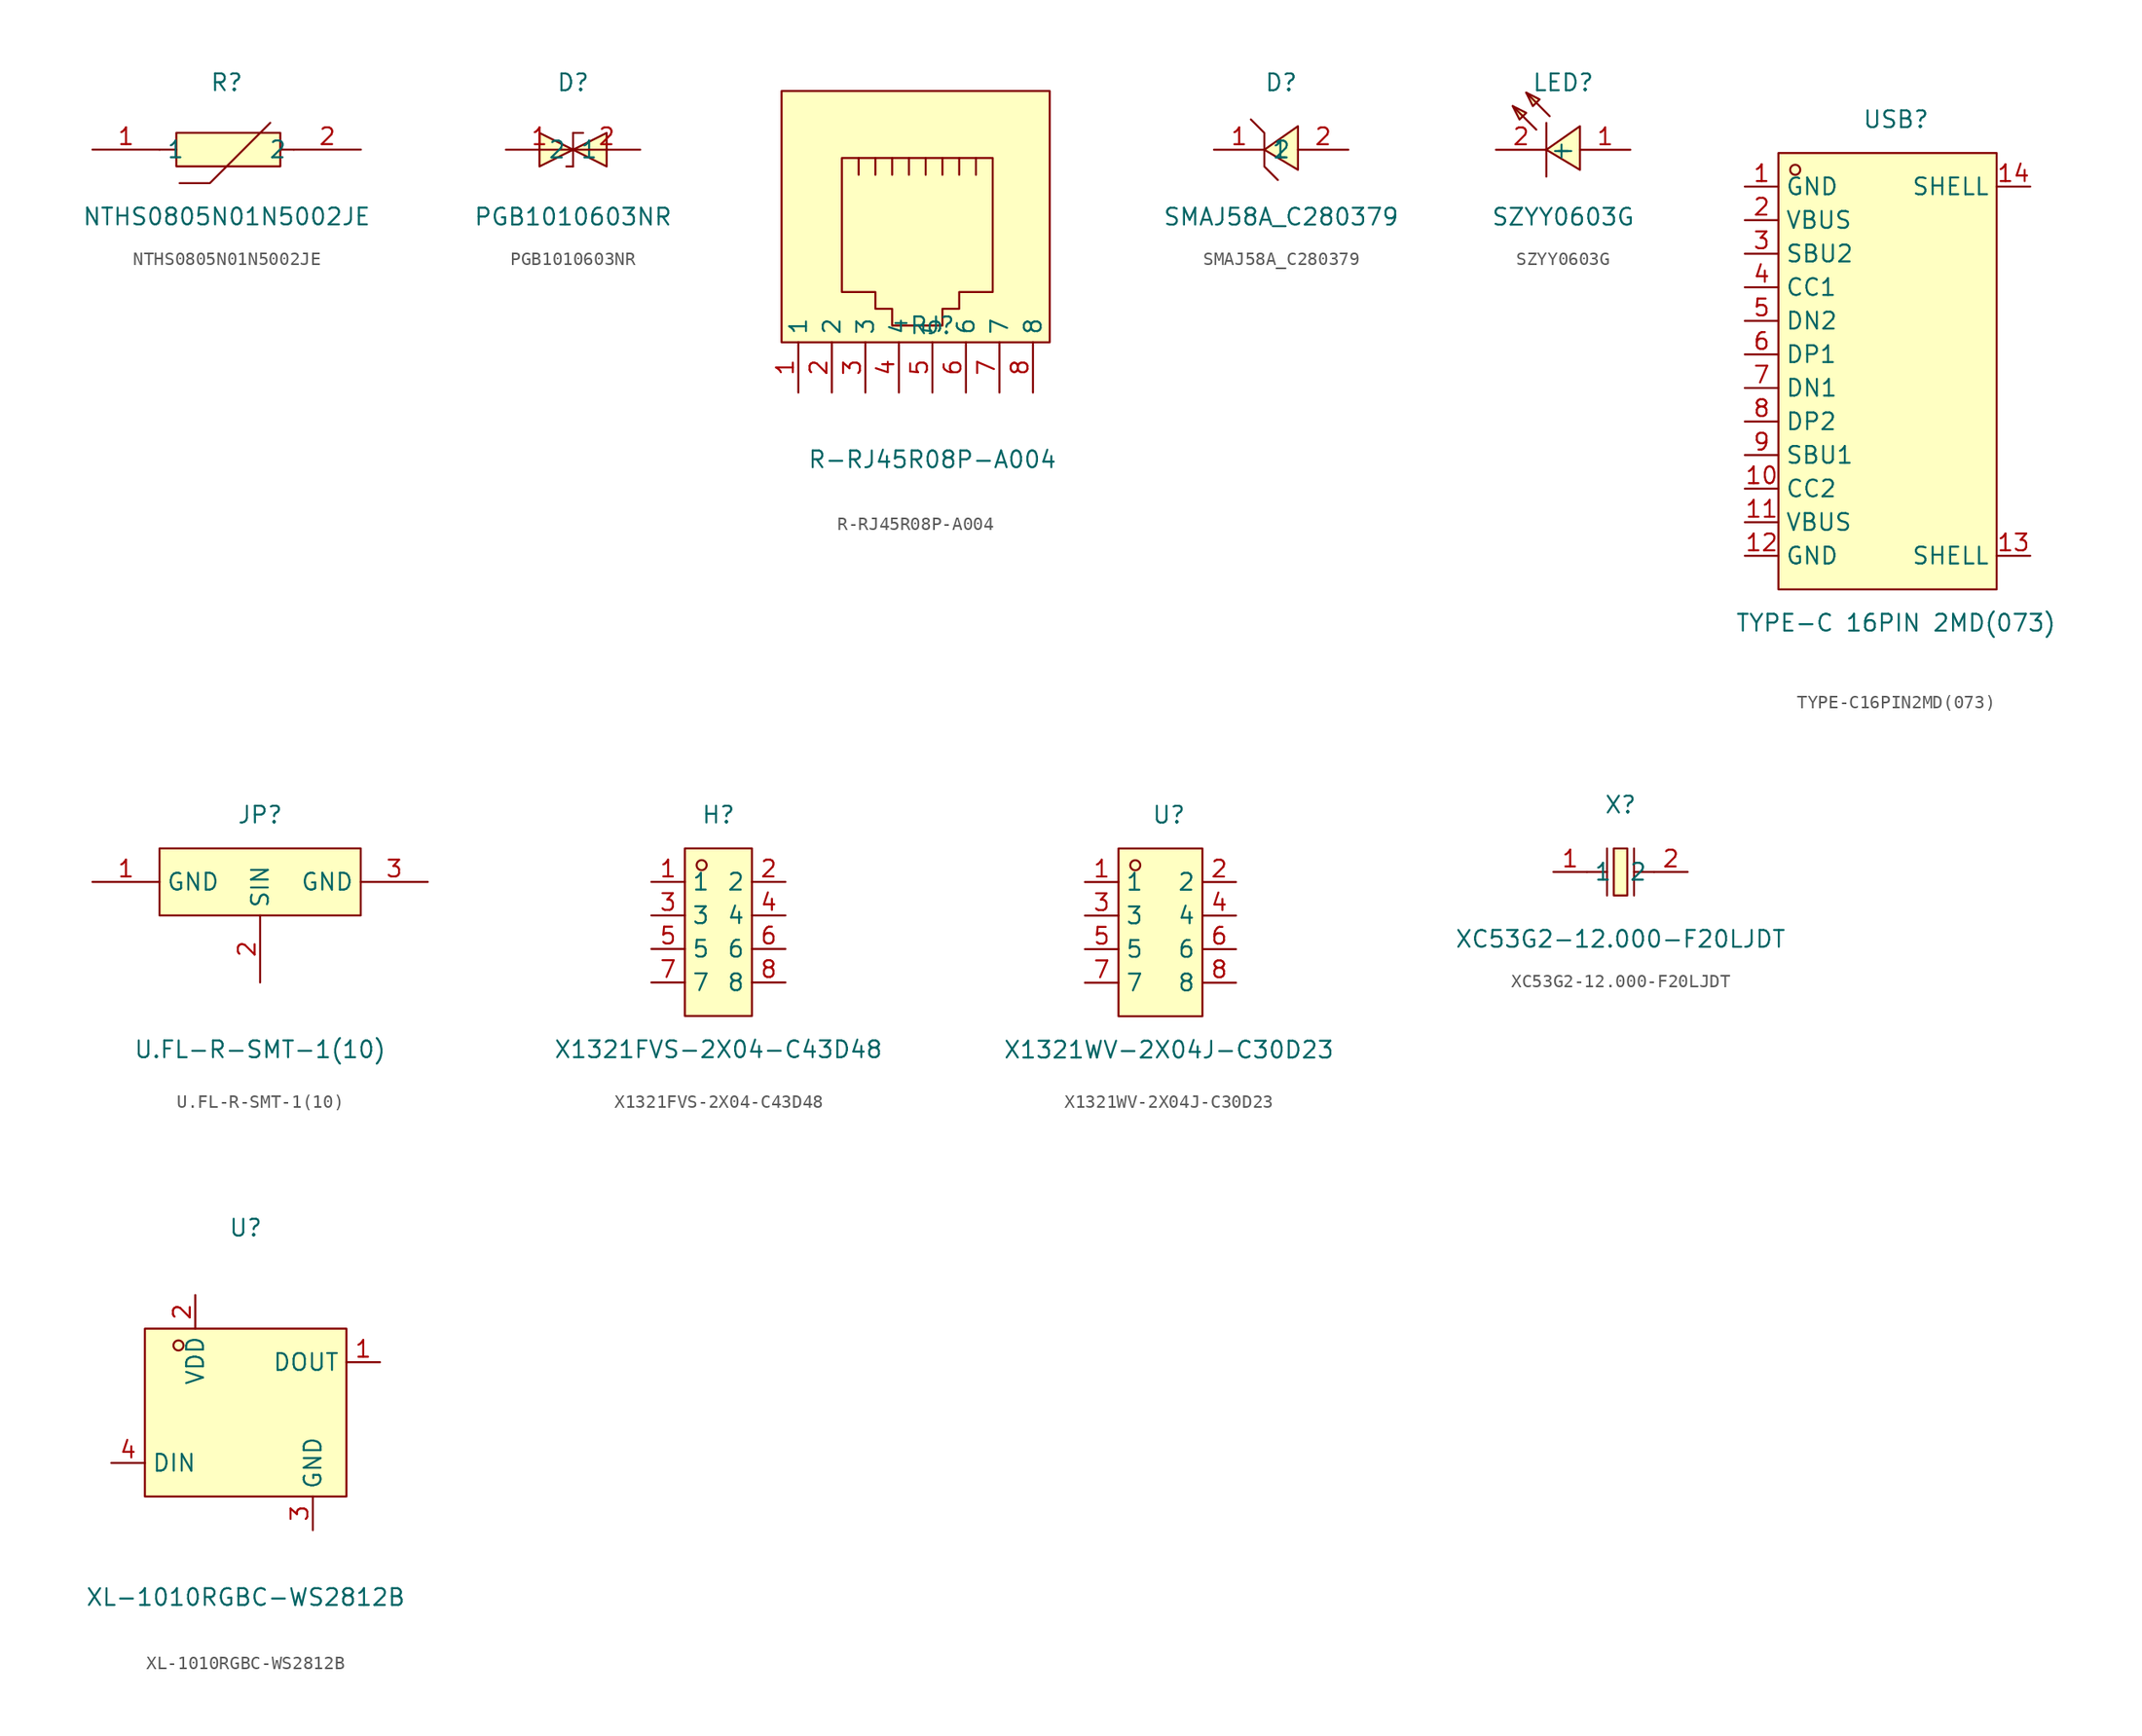
<source format=kicad_sym>
(kicad_symbol_lib
  (version 20211014)
  (generator https://github.com/uPesy/easyeda2kicad.py)
  (symbol "NTHS0805N01N5002JE"
    (property "Reference" "R"
      (at 0 5.08 0)
      (effects (font (size 1.27 1.27))))
    (property "Value" "NTHS0805N01N5002JE"
      (at 0 -5.08 0)
      (effects (font (size 1.27 1.27))))
    (symbol "NTHS0805N01N5002JE_0_1"
      (rectangle (start -3.81 1.27) (end 4.06 -1.27) (stroke (width 0) (type default) (color 0 0 0 0)) (fill (type background)))
      (polyline (pts (xy 4.06 -0.00) (xy 5.08 -0.00)) (stroke (width 0) (type default) (color 0 0 0 0)) (fill (type none)))
      (polyline (pts (xy -3.81 -0.00) (xy -5.08 -0.00)) (stroke (width 0) (type default) (color 0 0 0 0)) (fill (type none)))
      (polyline (pts (xy -3.56 -2.54) (xy -1.27 -2.54) (xy 3.30 2.03)) (stroke (width 0) (type default) (color 0 0 0 0)) (fill (type none)))
      (pin unspecified line (at -10.16 -0.00 0) (length 5.08) (name "1" (effects (font (size 1.27 1.27)))) (number "1" (effects (font (size 1.27 1.27)))))
      (pin unspecified line (at 10.16 -0.00 180) (length 5.08) (name "2" (effects (font (size 1.27 1.27)))) (number "2" (effects (font (size 1.27 1.27)))))))
  (symbol "PGB1010603NR"
    (property "Reference" "D"
      (at 0 5.08 0)
      (effects (font (size 1.27 1.27))))
    (property "Value" "PGB1010603NR"
      (at 0 -5.08 0)
      (effects (font (size 1.27 1.27))))
    (symbol "PGB1010603NR_0_1"
      (polyline (pts (xy -0.51 -1.27) (xy 0.00 -1.27)) (stroke (width 0) (type default) (color 0 0 0 0)) (fill (type none)))
      (polyline (pts (xy 0.00 -1.27) (xy 0.00 -0.00)) (stroke (width 0) (type default) (color 0 0 0 0)) (fill (type none)))
      (polyline (pts (xy 0.00 -0.00) (xy 0.00 1.27)) (stroke (width 0) (type default) (color 0 0 0 0)) (fill (type none)))
      (polyline (pts (xy 0.00 1.27) (xy 0.76 1.27)) (stroke (width 0) (type default) (color 0 0 0 0)) (fill (type none)))
      (polyline (pts (xy -2.54 1.27) (xy 0.00 -0.00) (xy -2.54 -1.27) (xy -2.54 1.27)) (stroke (width 0) (type default) (color 0 0 0 0)) (fill (type background)))
      (polyline (pts (xy 2.54 1.27) (xy 0.00 -0.00) (xy 2.54 -1.27) (xy 2.54 1.27)) (stroke (width 0) (type default) (color 0 0 0 0)) (fill (type background)))
      (pin unspecified line (at 5.08 -0.00 180) (length 5.08) (name "2" (effects (font (size 1.27 1.27)))) (number "2" (effects (font (size 1.27 1.27)))))
      (pin unspecified line (at -5.08 -0.00 0) (length 5.08) (name "1" (effects (font (size 1.27 1.27)))) (number "1" (effects (font (size 1.27 1.27)))))))
  (symbol "R-RJ45R08P-A004"
    (property "Reference" "RJ"
      (at 0 -7.62 0)
      (effects (font (size 1.27 1.27))))
    (property "Value" "R-RJ45R08P-A004"
      (at 0 -17.78 0)
      (effects (font (size 1.27 1.27))))
    (symbol "R-RJ45R08P-A004_0_1"
      (rectangle (start -11.43 10.16) (end 8.89 -8.89) (stroke (width 0) (type default) (color 0 0 0 0)) (fill (type background)))
      (polyline (pts (xy -5.59 3.81) (xy -5.59 5.08) (xy -5.59 5.08)) (stroke (width 0) (type default) (color 0 0 0 0)) (fill (type none)))
      (polyline (pts (xy -4.32 5.08) (xy -4.32 3.81) (xy -4.32 3.81)) (stroke (width 0) (type default) (color 0 0 0 0)) (fill (type none)))
      (polyline (pts (xy -3.05 5.08) (xy -3.05 3.81) (xy -3.05 3.81)) (stroke (width 0) (type default) (color 0 0 0 0)) (fill (type none)))
      (polyline (pts (xy -1.78 5.08) (xy -1.78 3.81) (xy -1.78 3.81)) (stroke (width 0) (type default) (color 0 0 0 0)) (fill (type none)))
      (polyline (pts (xy -0.51 5.08) (xy -0.51 3.81) (xy -0.51 3.81)) (stroke (width 0) (type default) (color 0 0 0 0)) (fill (type none)))
      (polyline (pts (xy 0.76 5.08) (xy 0.76 3.81) (xy 0.76 3.81)) (stroke (width 0) (type default) (color 0 0 0 0)) (fill (type none)))
      (polyline (pts (xy 2.03 3.81) (xy 2.03 5.08) (xy 2.03 5.08)) (stroke (width 0) (type default) (color 0 0 0 0)) (fill (type none)))
      (polyline (pts (xy 3.30 3.81) (xy 3.30 5.08) (xy 3.30 5.08)) (stroke (width 0) (type default) (color 0 0 0 0)) (fill (type none)))
      (polyline (pts (xy -6.86 5.08) (xy 4.57 5.08) (xy 4.57 -5.08) (xy 2.03 -5.08) (xy 2.03 -6.35) (xy 0.76 -6.35) (xy 0.76 -7.62) (xy -3.05 -7.62) (xy -3.05 -6.35) (xy -4.32 -6.35) (xy -4.32 -5.08) (xy -6.86 -5.08) (xy -6.86 5.08) (xy -6.86 5.08)) (stroke (width 0) (type default) (color 0 0 0 0)) (fill (type background)))
      (pin unspecified line (at -10.16 -12.70 90) (length 3.81) (name "1" (effects (font (size 1.27 1.27)))) (number "1" (effects (font (size 1.27 1.27)))))
      (pin unspecified line (at -7.62 -12.70 90) (length 3.81) (name "2" (effects (font (size 1.27 1.27)))) (number "2" (effects (font (size 1.27 1.27)))))
      (pin unspecified line (at -5.08 -12.70 90) (length 3.81) (name "3" (effects (font (size 1.27 1.27)))) (number "3" (effects (font (size 1.27 1.27)))))
      (pin unspecified line (at -2.54 -12.70 90) (length 3.81) (name "4" (effects (font (size 1.27 1.27)))) (number "4" (effects (font (size 1.27 1.27)))))
      (pin unspecified line (at 0.00 -12.70 90) (length 3.81) (name "5" (effects (font (size 1.27 1.27)))) (number "5" (effects (font (size 1.27 1.27)))))
      (pin unspecified line (at 2.54 -12.70 90) (length 3.81) (name "6" (effects (font (size 1.27 1.27)))) (number "6" (effects (font (size 1.27 1.27)))))
      (pin unspecified line (at 5.08 -12.70 90) (length 3.81) (name "7" (effects (font (size 1.27 1.27)))) (number "7" (effects (font (size 1.27 1.27)))))
      (pin unspecified line (at 7.62 -12.70 90) (length 3.81) (name "8" (effects (font (size 1.27 1.27)))) (number "8" (effects (font (size 1.27 1.27)))))))
  (symbol "SMAJ58A_C280379"
    (property "Reference" "D"
      (at 0 5.08 0)
      (effects (font (size 1.27 1.27))))
    (property "Value" "SMAJ58A_C280379"
      (at 0 -5.08 0)
      (effects (font (size 1.27 1.27))))
    (symbol "SMAJ58A_C280379_0_1"
      (polyline (pts (xy 1.27 -1.52) (xy -1.27 -0.00) (xy 1.27 1.78) (xy 1.27 -1.52)) (stroke (width 0) (type default) (color 0 0 0 0)) (fill (type background)))
      (polyline (pts (xy -2.29 2.29) (xy -1.27 1.27) (xy -1.27 -1.27) (xy -0.25 -2.29)) (stroke (width 0) (type default) (color 0 0 0 0)) (fill (type none)))
      (pin unspecified line (at 5.08 -0.00 180) (length 3.81) (name "2" (effects (font (size 1.27 1.27)))) (number "2" (effects (font (size 1.27 1.27)))))
      (pin unspecified line (at -5.08 -0.00 0) (length 3.81) (name "1" (effects (font (size 1.27 1.27)))) (number "1" (effects (font (size 1.27 1.27)))))))
  (symbol "SZYY0603G"
    (property "Reference" "LED"
      (at 0 5.08 0)
      (effects (font (size 1.27 1.27))))
    (property "Value" "SZYY0603G"
      (at 0 -5.08 0)
      (effects (font (size 1.27 1.27))))
    (symbol "SZYY0603G_0_1"
      (polyline (pts (xy 1.27 -1.52) (xy -1.27 -0.00) (xy 1.27 1.78) (xy 1.27 -1.52)) (stroke (width 0) (type default) (color 0 0 0 0)) (fill (type background)))
      (polyline (pts (xy -2.79 4.32) (xy -1.78 3.81) (xy -2.29 3.30) (xy -2.79 4.32)) (stroke (width 0) (type default) (color 0 0 0 0)) (fill (type background)))
      (polyline (pts (xy -3.81 3.30) (xy -2.79 2.79) (xy -3.30 2.29) (xy -3.81 3.30)) (stroke (width 0) (type default) (color 0 0 0 0)) (fill (type background)))
      (polyline (pts (xy -1.27 2.03) (xy -1.27 -2.03)) (stroke (width 0) (type default) (color 0 0 0 0)) (fill (type none)))
      (polyline (pts (xy -1.02 2.54) (xy -2.79 4.32)) (stroke (width 0) (type default) (color 0 0 0 0)) (fill (type none)))
      (polyline (pts (xy -2.03 1.52) (xy -3.81 3.30)) (stroke (width 0) (type default) (color 0 0 0 0)) (fill (type none)))
      (pin unspecified line (at 5.08 -0.00 180) (length 3.81) (name "+" (effects (font (size 1.27 1.27)))) (number "1" (effects (font (size 1.27 1.27)))))
      (pin unspecified line (at -5.08 -0.00 0) (length 3.81) (name "-" (effects (font (size 1.27 1.27)))) (number "2" (effects (font (size 1.27 1.27)))))))
  (symbol "TYPE-C16PIN2MD(073)"
    (property "Reference" "USB"
      (at 0 19.05 0)
      (effects (font (size 1.27 1.27))))
    (property "Value" "TYPE-C 16PIN 2MD(073)"
      (at 0 -19.05 0)
      (effects (font (size 1.27 1.27))))
    (symbol "TYPE-C16PIN2MD(073)_0_1"
      (rectangle (start -8.89 16.51) (end 7.62 -16.51) (stroke (width 0) (type default) (color 0 0 0 0)) (fill (type background)))
      (circle (center -7.62 15.24) (radius 0.38) (stroke (width 0) (type default) (color 0 0 0 0)) (fill (type none)))
      (pin unspecified line (at -11.43 13.97 0) (length 2.54) (name "GND" (effects (font (size 1.27 1.27)))) (number "1" (effects (font (size 1.27 1.27)))))
      (pin unspecified line (at -11.43 11.43 0) (length 2.54) (name "VBUS" (effects (font (size 1.27 1.27)))) (number "2" (effects (font (size 1.27 1.27)))))
      (pin unspecified line (at -11.43 8.89 0) (length 2.54) (name "SBU2" (effects (font (size 1.27 1.27)))) (number "3" (effects (font (size 1.27 1.27)))))
      (pin unspecified line (at -11.43 6.35 0) (length 2.54) (name "CC1" (effects (font (size 1.27 1.27)))) (number "4" (effects (font (size 1.27 1.27)))))
      (pin unspecified line (at -11.43 3.81 0) (length 2.54) (name "DN2" (effects (font (size 1.27 1.27)))) (number "5" (effects (font (size 1.27 1.27)))))
      (pin unspecified line (at -11.43 1.27 0) (length 2.54) (name "DP1" (effects (font (size 1.27 1.27)))) (number "6" (effects (font (size 1.27 1.27)))))
      (pin unspecified line (at -11.43 -1.27 0) (length 2.54) (name "DN1" (effects (font (size 1.27 1.27)))) (number "7" (effects (font (size 1.27 1.27)))))
      (pin unspecified line (at -11.43 -3.81 0) (length 2.54) (name "DP2" (effects (font (size 1.27 1.27)))) (number "8" (effects (font (size 1.27 1.27)))))
      (pin unspecified line (at -11.43 -6.35 0) (length 2.54) (name "SBU1" (effects (font (size 1.27 1.27)))) (number "9" (effects (font (size 1.27 1.27)))))
      (pin unspecified line (at -11.43 -8.89 0) (length 2.54) (name "CC2" (effects (font (size 1.27 1.27)))) (number "10" (effects (font (size 1.27 1.27)))))
      (pin unspecified line (at -11.43 -11.43 0) (length 2.54) (name "VBUS" (effects (font (size 1.27 1.27)))) (number "11" (effects (font (size 1.27 1.27)))))
      (pin unspecified line (at -11.43 -13.97 0) (length 2.54) (name "GND" (effects (font (size 1.27 1.27)))) (number "12" (effects (font (size 1.27 1.27)))))
      (pin unspecified line (at 10.16 -13.97 180) (length 2.54) (name "SHELL" (effects (font (size 1.27 1.27)))) (number "13" (effects (font (size 1.27 1.27)))))
      (pin unspecified line (at 10.16 13.97 180) (length 2.54) (name "SHELL" (effects (font (size 1.27 1.27)))) (number "14" (effects (font (size 1.27 1.27)))))))
  (symbol "U.FL-R-SMT-1(10)"
    (property "Reference" "JP"
      (at 0 7.62 0)
      (effects (font (size 1.27 1.27))))
    (property "Value" "U.FL-R-SMT-1(10)"
      (at 0 -10.16 0)
      (effects (font (size 1.27 1.27))))
    (symbol "U.FL-R-SMT-1(10)_0_1"
      (rectangle (start -7.62 5.08) (end 7.62 0.00) (stroke (width 0) (type default) (color 0 0 0 0)) (fill (type background)))
      (pin unspecified line (at -12.70 2.54 0) (length 5.08) (name "GND" (effects (font (size 1.27 1.27)))) (number "1" (effects (font (size 1.27 1.27)))))
      (pin unspecified line (at 0.00 -5.08 90) (length 5.08) (name "SIN" (effects (font (size 1.27 1.27)))) (number "2" (effects (font (size 1.27 1.27)))))
      (pin unspecified line (at 12.70 2.54 180) (length 5.08) (name "GND" (effects (font (size 1.27 1.27)))) (number "3" (effects (font (size 1.27 1.27)))))))
  (symbol "X1321FVS-2X04-C43D48"
    (property "Reference" "H"
      (at 0 8.89 0)
      (effects (font (size 1.27 1.27))))
    (property "Value" "X1321FVS-2X04-C43D48"
      (at 0 -8.89 0)
      (effects (font (size 1.27 1.27))))
    (symbol "X1321FVS-2X04-C43D48_0_1"
      (rectangle (start -2.54 6.35) (end 2.54 -6.35) (stroke (width 0) (type default) (color 0 0 0 0)) (fill (type background)))
      (circle (center -1.27 5.08) (radius 0.38) (stroke (width 0) (type default) (color 0 0 0 0)) (fill (type none)))
      (pin unspecified line (at -5.08 3.81 0) (length 2.54) (name "1" (effects (font (size 1.27 1.27)))) (number "1" (effects (font (size 1.27 1.27)))))
      (pin unspecified line (at 5.08 -3.81 180) (length 2.54) (name "8" (effects (font (size 1.27 1.27)))) (number "8" (effects (font (size 1.27 1.27)))))
      (pin unspecified line (at -5.08 1.27 0) (length 2.54) (name "3" (effects (font (size 1.27 1.27)))) (number "3" (effects (font (size 1.27 1.27)))))
      (pin unspecified line (at 5.08 -1.27 180) (length 2.54) (name "6" (effects (font (size 1.27 1.27)))) (number "6" (effects (font (size 1.27 1.27)))))
      (pin unspecified line (at -5.08 -1.27 0) (length 2.54) (name "5" (effects (font (size 1.27 1.27)))) (number "5" (effects (font (size 1.27 1.27)))))
      (pin unspecified line (at 5.08 1.27 180) (length 2.54) (name "4" (effects (font (size 1.27 1.27)))) (number "4" (effects (font (size 1.27 1.27)))))
      (pin unspecified line (at -5.08 -3.81 0) (length 2.54) (name "7" (effects (font (size 1.27 1.27)))) (number "7" (effects (font (size 1.27 1.27)))))
      (pin unspecified line (at 5.08 3.81 180) (length 2.54) (name "2" (effects (font (size 1.27 1.27)))) (number "2" (effects (font (size 1.27 1.27)))))))
  (symbol "X1321WV-2X04J-C30D23"
    (property "Reference" "U"
      (at 0 8.89 0)
      (effects (font (size 1.27 1.27))))
    (property "Value" "X1321WV-2X04J-C30D23"
      (at 0 -8.89 0)
      (effects (font (size 1.27 1.27))))
    (symbol "X1321WV-2X04J-C30D23_0_1"
      (rectangle (start -3.81 6.35) (end 2.54 -6.35) (stroke (width 0) (type default) (color 0 0 0 0)) (fill (type background)))
      (circle (center -2.54 5.08) (radius 0.38) (stroke (width 0) (type default) (color 0 0 0 0)) (fill (type none)))
      (pin unspecified line (at -6.35 3.81 0) (length 2.54) (name "1" (effects (font (size 1.27 1.27)))) (number "1" (effects (font (size 1.27 1.27)))))
      (pin unspecified line (at 5.08 -3.81 180) (length 2.54) (name "8" (effects (font (size 1.27 1.27)))) (number "8" (effects (font (size 1.27 1.27)))))
      (pin unspecified line (at -6.35 1.27 0) (length 2.54) (name "3" (effects (font (size 1.27 1.27)))) (number "3" (effects (font (size 1.27 1.27)))))
      (pin unspecified line (at 5.08 -1.27 180) (length 2.54) (name "6" (effects (font (size 1.27 1.27)))) (number "6" (effects (font (size 1.27 1.27)))))
      (pin unspecified line (at -6.35 -1.27 0) (length 2.54) (name "5" (effects (font (size 1.27 1.27)))) (number "5" (effects (font (size 1.27 1.27)))))
      (pin unspecified line (at 5.08 1.27 180) (length 2.54) (name "4" (effects (font (size 1.27 1.27)))) (number "4" (effects (font (size 1.27 1.27)))))
      (pin unspecified line (at -6.35 -3.81 0) (length 2.54) (name "7" (effects (font (size 1.27 1.27)))) (number "7" (effects (font (size 1.27 1.27)))))
      (pin unspecified line (at 5.08 3.81 180) (length 2.54) (name "2" (effects (font (size 1.27 1.27)))) (number "2" (effects (font (size 1.27 1.27)))))))
  (symbol "XC53G2-12.000-F20LJDT"
    (property "Reference" "X"
      (at 0 5.08 0)
      (effects (font (size 1.27 1.27))))
    (property "Value" "XC53G2-12.000-F20LJDT"
      (at 0 -5.08 0)
      (effects (font (size 1.27 1.27))))
    (symbol "XC53G2-12.000-F20LJDT_0_1"
      (rectangle (start -0.51 1.78) (end 0.51 -1.78) (stroke (width 0) (type default) (color 0 0 0 0)) (fill (type background)))
      (polyline (pts (xy 1.02 -0.00) (xy 2.54 -0.00)) (stroke (width 0) (type default) (color 0 0 0 0)) (fill (type none)))
      (polyline (pts (xy -2.54 -0.00) (xy -1.02 -0.00)) (stroke (width 0) (type default) (color 0 0 0 0)) (fill (type none)))
      (polyline (pts (xy 1.02 1.78) (xy 1.02 -1.78)) (stroke (width 0) (type default) (color 0 0 0 0)) (fill (type none)))
      (polyline (pts (xy -1.02 1.78) (xy -1.02 -1.78)) (stroke (width 0) (type default) (color 0 0 0 0)) (fill (type none)))
      (pin unspecified line (at 5.08 -0.00 180) (length 2.54) (name "2" (effects (font (size 1.27 1.27)))) (number "2" (effects (font (size 1.27 1.27)))))
      (pin unspecified line (at -5.08 -0.00 0) (length 2.54) (name "1" (effects (font (size 1.27 1.27)))) (number "1" (effects (font (size 1.27 1.27)))))))
  (symbol "XL-1010RGBC-WS2812B"
    (property "Reference" "U"
      (at 0 13.97 0)
      (effects (font (size 1.27 1.27))))
    (property "Value" "XL-1010RGBC-WS2812B"
      (at 0 -13.97 0)
      (effects (font (size 1.27 1.27))))
    (symbol "XL-1010RGBC-WS2812B_0_1"
      (rectangle (start -7.62 6.35) (end 7.62 -6.35) (stroke (width 0) (type default) (color 0 0 0 0)) (fill (type background)))
      (circle (center -5.08 5.08) (radius 0.38) (stroke (width 0) (type default) (color 0 0 0 0)) (fill (type none)))
      (pin unspecified line (at 10.16 3.81 180) (length 2.54) (name "DOUT" (effects (font (size 1.27 1.27)))) (number "1" (effects (font (size 1.27 1.27)))))
      (pin unspecified line (at -3.81 8.89 270) (length 2.54) (name "VDD" (effects (font (size 1.27 1.27)))) (number "2" (effects (font (size 1.27 1.27)))))
      (pin unspecified line (at 5.08 -8.89 90) (length 2.54) (name "GND" (effects (font (size 1.27 1.27)))) (number "3" (effects (font (size 1.27 1.27)))))
      (pin unspecified line (at -10.16 -3.81 0) (length 2.54) (name "DIN" (effects (font (size 1.27 1.27)))) (number "4" (effects (font (size 1.27 1.27))))))))
</source>
